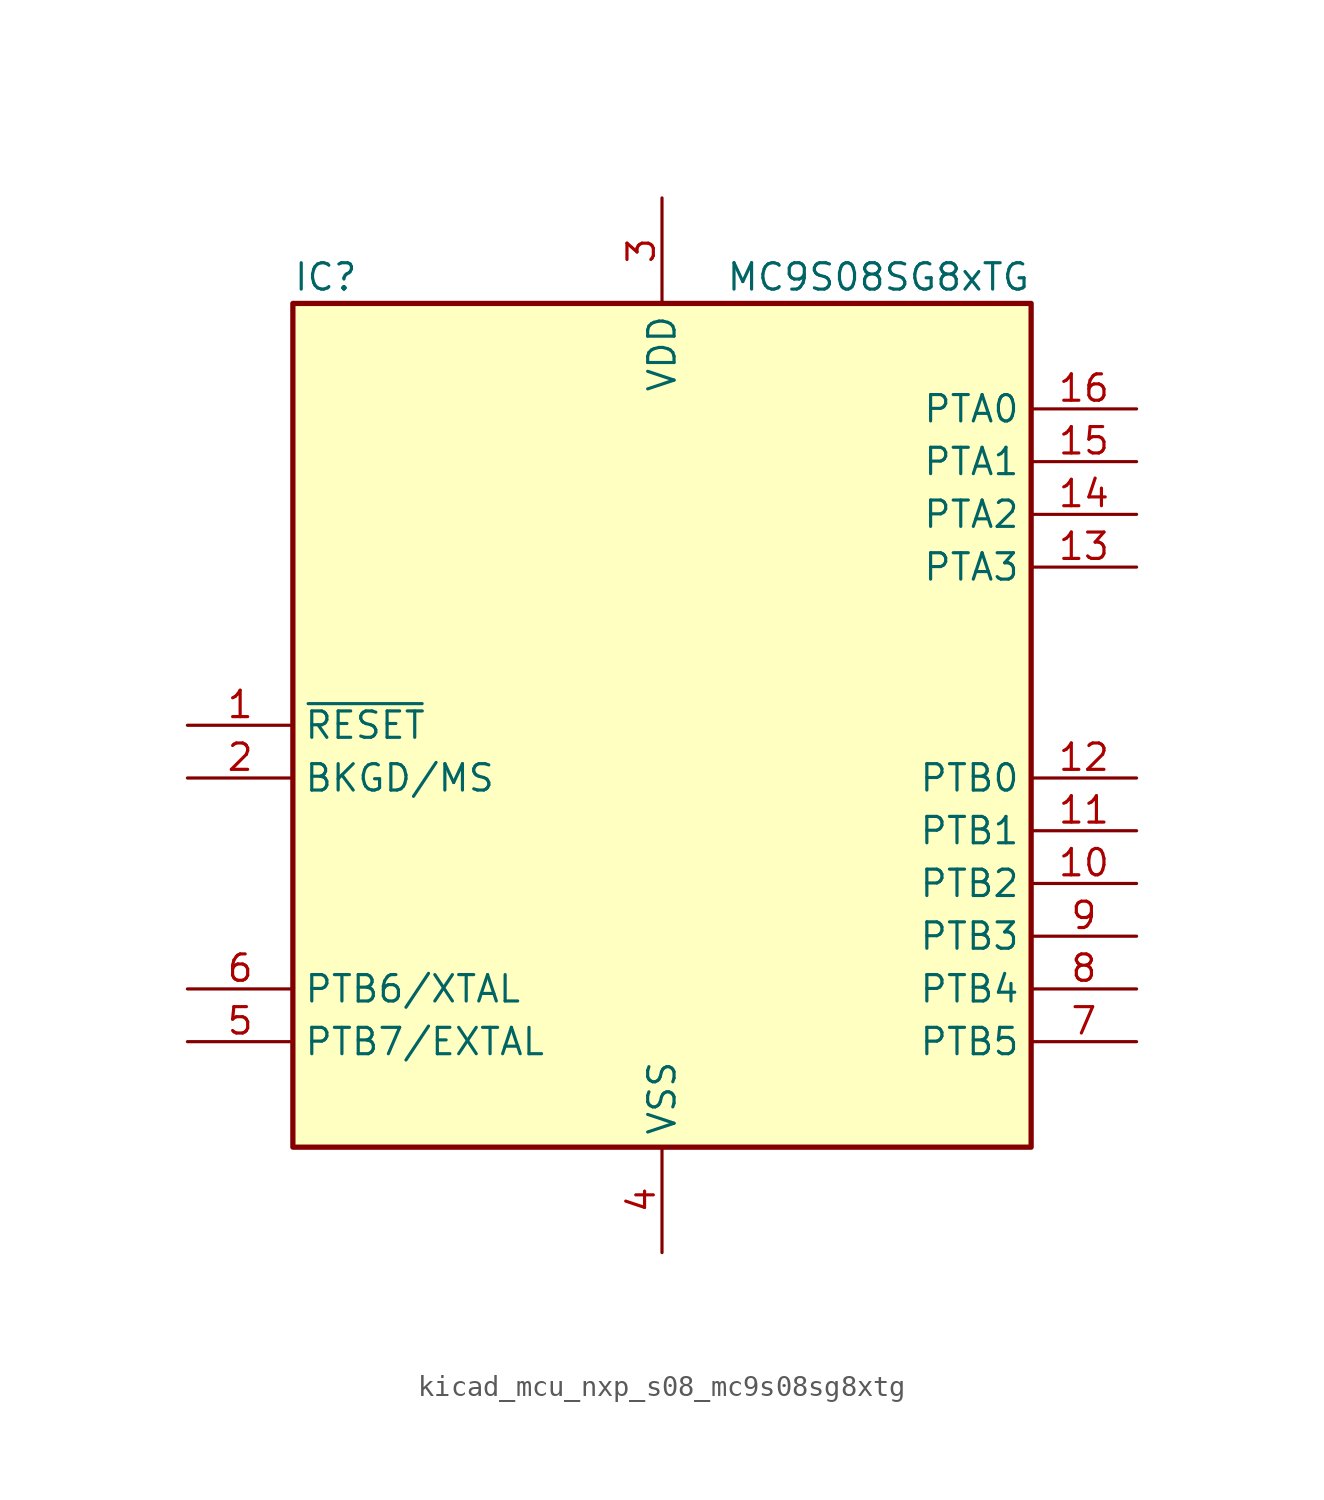
<source format=kicad_sym>
(kicad_symbol_lib
  (version 20220914)
  (generator kicad_symbol_editor)
  (symbol "kicad_mcu_nxp_s08_mc9s08sg8xtg"
    (property "Reference" "IC"
      (at -17.78 21.59 0)
      (effects (font (size 1.27 1.27)) (justify left)))
    (property "Value" "MC9S08SG8xTG"
      (at 17.78 21.59 0)
      (effects (font (size 1.27 1.27)) (justify right)))
    (symbol "kicad_mcu_nxp_s08_mc9s08sg8xtg_0_1"
      (rectangle (start -17.78 20.32) (end 17.78 -20.32) (stroke (width 0.254) (type default)) (fill (type background))))
    (symbol "kicad_mcu_nxp_s08_mc9s08sg8xtg_1_1"
      (pin input line (at -22.86 0 0) (length 5.08) (name "~{RESET}" (effects (font (size 1.27 1.27)))) (number "1" (effects (font (size 1.27 1.27)))))
      (pin bidirectional line (at 22.86 -7.62 180) (length 5.08) (name "PTB2" (effects (font (size 1.27 1.27)))) (number "10" (effects (font (size 1.27 1.27)))))
      (pin bidirectional line (at 22.86 -5.08 180) (length 5.08) (name "PTB1" (effects (font (size 1.27 1.27)))) (number "11" (effects (font (size 1.27 1.27)))))
      (pin bidirectional line (at 22.86 -2.54 180) (length 5.08) (name "PTB0" (effects (font (size 1.27 1.27)))) (number "12" (effects (font (size 1.27 1.27)))))
      (pin bidirectional line (at 22.86 7.62 180) (length 5.08) (name "PTA3" (effects (font (size 1.27 1.27)))) (number "13" (effects (font (size 1.27 1.27)))))
      (pin bidirectional line (at 22.86 10.16 180) (length 5.08) (name "PTA2" (effects (font (size 1.27 1.27)))) (number "14" (effects (font (size 1.27 1.27)))))
      (pin bidirectional line (at 22.86 12.7 180) (length 5.08) (name "PTA1" (effects (font (size 1.27 1.27)))) (number "15" (effects (font (size 1.27 1.27)))))
      (pin bidirectional line (at 22.86 15.24 180) (length 5.08) (name "PTA0" (effects (font (size 1.27 1.27)))) (number "16" (effects (font (size 1.27 1.27)))))
      (pin bidirectional line (at -22.86 -2.54 0) (length 5.08) (name "BKGD/MS" (effects (font (size 1.27 1.27)))) (number "2" (effects (font (size 1.27 1.27)))))
      (pin power_in line (at 0 25.4 270) (length 5.08) (name "VDD" (effects (font (size 1.27 1.27)))) (number "3" (effects (font (size 1.27 1.27)))))
      (pin power_in line (at 0 -25.4 90) (length 5.08) (name "VSS" (effects (font (size 1.27 1.27)))) (number "4" (effects (font (size 1.27 1.27)))))
      (pin bidirectional line (at -22.86 -15.24 0) (length 5.08) (name "PTB7/EXTAL" (effects (font (size 1.27 1.27)))) (number "5" (effects (font (size 1.27 1.27)))))
      (pin bidirectional line (at -22.86 -12.7 0) (length 5.08) (name "PTB6/XTAL" (effects (font (size 1.27 1.27)))) (number "6" (effects (font (size 1.27 1.27)))))
      (pin bidirectional line (at 22.86 -15.24 180) (length 5.08) (name "PTB5" (effects (font (size 1.27 1.27)))) (number "7" (effects (font (size 1.27 1.27)))))
      (pin bidirectional line (at 22.86 -12.7 180) (length 5.08) (name "PTB4" (effects (font (size 1.27 1.27)))) (number "8" (effects (font (size 1.27 1.27)))))
      (pin bidirectional line (at 22.86 -10.16 180) (length 5.08) (name "PTB3" (effects (font (size 1.27 1.27)))) (number "9" (effects (font (size 1.27 1.27))))))))
</source>
